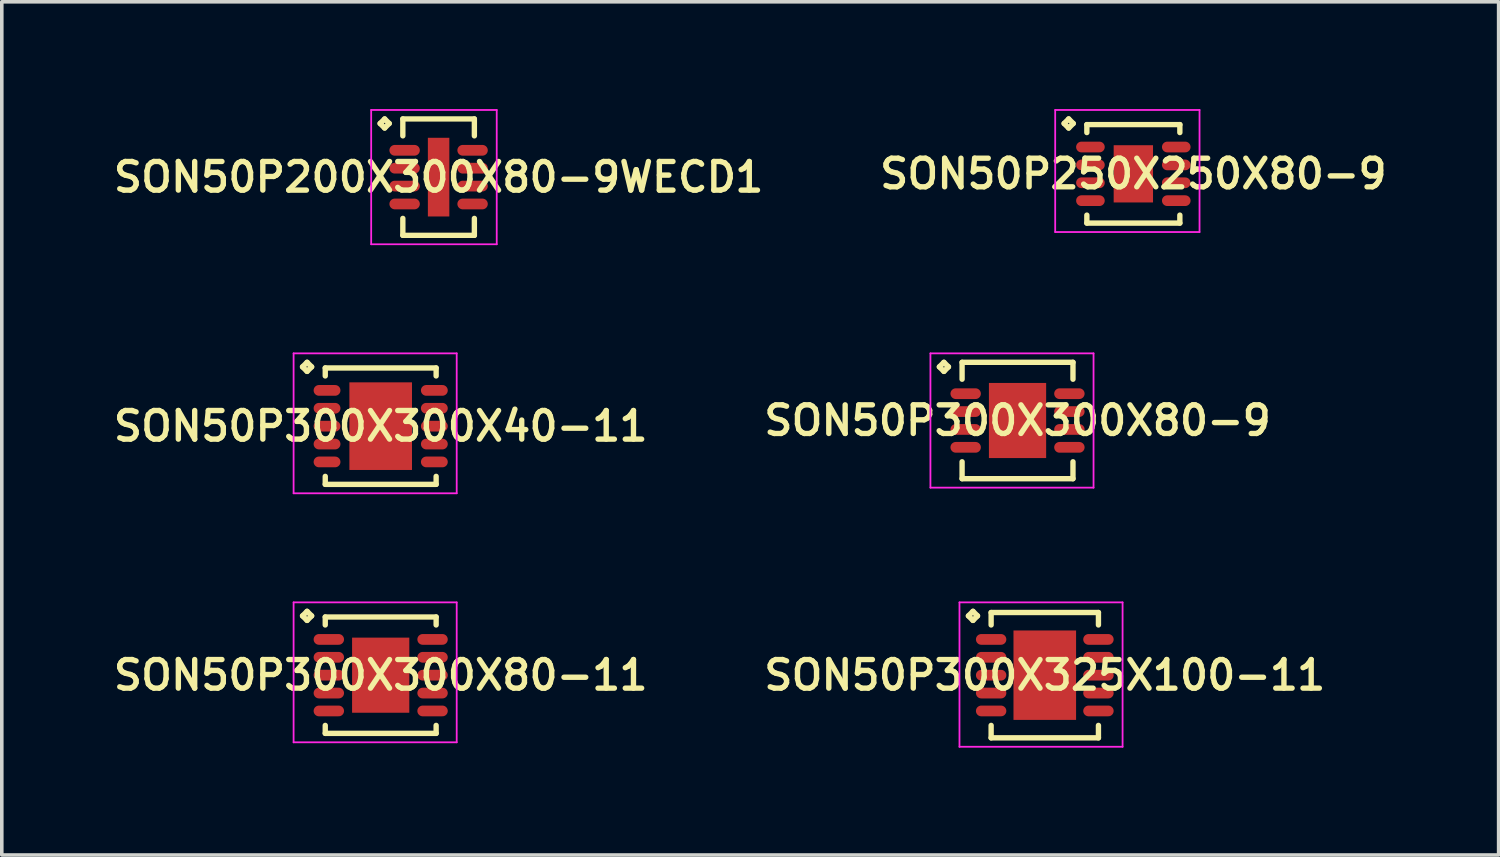
<source format=kicad_pcb>
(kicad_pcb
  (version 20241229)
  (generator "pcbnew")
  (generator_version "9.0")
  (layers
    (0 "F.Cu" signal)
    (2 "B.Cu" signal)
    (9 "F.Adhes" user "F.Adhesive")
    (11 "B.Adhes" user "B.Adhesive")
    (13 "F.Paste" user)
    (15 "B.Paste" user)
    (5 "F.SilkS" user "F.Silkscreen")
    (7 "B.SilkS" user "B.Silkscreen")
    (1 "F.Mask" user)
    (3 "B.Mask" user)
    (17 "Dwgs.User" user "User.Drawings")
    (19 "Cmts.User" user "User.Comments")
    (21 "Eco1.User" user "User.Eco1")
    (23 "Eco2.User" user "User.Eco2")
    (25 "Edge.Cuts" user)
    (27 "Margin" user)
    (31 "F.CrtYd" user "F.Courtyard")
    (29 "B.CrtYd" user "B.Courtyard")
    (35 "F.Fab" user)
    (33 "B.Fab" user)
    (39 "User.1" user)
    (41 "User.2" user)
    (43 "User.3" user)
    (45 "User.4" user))
  (footprint "SON50P250X250X80-9"
    (layer "F.Cu")
    (at 28.635 1.81)
    (property "Reference" "SON50P250X250X80-9" (at 0 0 0) (layer "F.SilkS") (effects (font (size 0.8 0.8) (thickness 0.15))))
    (attr smd)
    (fp_line (start -1.935 -1.408) (end -1.808 -1.535) (stroke (width 0.15) (type solid)) (layer "F.SilkS"))
    (fp_line (start -1.808 -1.535) (end -1.681 -1.408) (stroke (width 0.15) (type solid)) (layer "F.SilkS"))
    (fp_line (start -1.808 -1.281) (end -1.935 -1.408) (stroke (width 0.15) (type solid)) (layer "F.SilkS"))
    (fp_line (start -1.681 -1.408) (end -1.808 -1.281) (stroke (width 0.15) (type solid)) (layer "F.SilkS"))
    (fp_line (start -1.3 -1.377) (end 1.3 -1.377) (stroke (width 0.15) (type solid)) (layer "F.SilkS"))
    (fp_line (start -1.3 -1.154) (end -1.3 -1.377) (stroke (width 0.15) (type solid)) (layer "F.SilkS"))
    (fp_line (start -1.3 1.154) (end -1.3 1.377) (stroke (width 0.15) (type solid)) (layer "F.SilkS"))
    (fp_line (start -1.3 1.377) (end 1.3 1.377) (stroke (width 0.15) (type solid)) (layer "F.SilkS"))
    (fp_line (start 1.3 -1.377) (end 1.3 -1.154) (stroke (width 0.15) (type solid)) (layer "F.SilkS"))
    (fp_line (start 1.3 1.377) (end 1.3 1.154) (stroke (width 0.15) (type solid)) (layer "F.SilkS"))
    (fp_line (start -2.185 -1.785) (end 1.85 -1.785) (stroke (width 0.05) (type solid)) (layer "F.CrtYd"))
    (fp_line (start -2.185 1.627) (end -2.185 -1.785) (stroke (width 0.05) (type solid)) (layer "F.CrtYd"))
    (fp_line (start 1.85 -1.785) (end 1.85 1.627) (stroke (width 0.05) (type solid)) (layer "F.CrtYd"))
    (fp_line (start 1.85 1.627) (end -2.185 1.627) (stroke (width 0.05) (type solid)) (layer "F.CrtYd"))
    (pad "1" smd oval (at -1.2 -0.75) (size 0.8 0.3) (layers "F.Cu" "F.Mask" "F.Paste"))
    (pad "2" smd oval (at -1.2 -0.25) (size 0.8 0.3) (layers "F.Cu" "F.Mask" "F.Paste"))
    (pad "3" smd oval (at -1.2 0.25) (size 0.8 0.3) (layers "F.Cu" "F.Mask" "F.Paste"))
    (pad "4" smd oval (at -1.2 0.75) (size 0.8 0.3) (layers "F.Cu" "F.Mask" "F.Paste"))
    (pad "5" smd oval (at 1.2 0.75) (size 0.8 0.3) (layers "F.Cu" "F.Mask" "F.Paste"))
    (pad "6" smd oval (at 1.2 0.25) (size 0.8 0.3) (layers "F.Cu" "F.Mask" "F.Paste"))
    (pad "7" smd oval (at 1.2 -0.25) (size 0.8 0.3) (layers "F.Cu" "F.Mask" "F.Paste"))
    (pad "8" smd oval (at 1.2 -0.75) (size 0.8 0.3) (layers "F.Cu" "F.Mask" "F.Paste"))
    (pad "9" smd rect (at 0 0) (size 1.1 1.6) (layers "F.Cu" "F.Mask" "F.Paste")))
  (footprint "SON50P300X300X80-11"
    (layer "F.Cu")
    (at 7.593 15.826)
    (property "Reference" "SON50P300X300X80-11" (at 0 0 0) (layer "F.SilkS") (effects (font (size 0.8 0.8) (thickness 0.15))))
    (attr smd)
    (fp_line (start -2.185 -1.658) (end -2.058 -1.785) (stroke (width 0.15) (type solid)) (layer "F.SilkS"))
    (fp_line (start -2.058 -1.785) (end -1.931 -1.658) (stroke (width 0.15) (type solid)) (layer "F.SilkS"))
    (fp_line (start -2.058 -1.531) (end -2.185 -1.658) (stroke (width 0.15) (type solid)) (layer "F.SilkS"))
    (fp_line (start -1.931 -1.658) (end -2.058 -1.531) (stroke (width 0.15) (type solid)) (layer "F.SilkS"))
    (fp_line (start -1.55 -1.627) (end 1.55 -1.627) (stroke (width 0.15) (type solid)) (layer "F.SilkS"))
    (fp_line (start -1.55 -1.404) (end -1.55 -1.627) (stroke (width 0.15) (type solid)) (layer "F.SilkS"))
    (fp_line (start -1.55 1.404) (end -1.55 1.627) (stroke (width 0.15) (type solid)) (layer "F.SilkS"))
    (fp_line (start -1.55 1.627) (end 1.55 1.627) (stroke (width 0.15) (type solid)) (layer "F.SilkS"))
    (fp_line (start 1.55 -1.627) (end 1.55 -1.404) (stroke (width 0.15) (type solid)) (layer "F.SilkS"))
    (fp_line (start 1.55 1.627) (end 1.55 1.404) (stroke (width 0.15) (type solid)) (layer "F.SilkS"))
    (fp_line (start -2.435 -2.035) (end 2.125 -2.035) (stroke (width 0.05) (type solid)) (layer "F.CrtYd"))
    (fp_line (start -2.435 1.877) (end -2.435 -2.035) (stroke (width 0.05) (type solid)) (layer "F.CrtYd"))
    (fp_line (start 2.125 -2.035) (end 2.125 1.877) (stroke (width 0.05) (type solid)) (layer "F.CrtYd"))
    (fp_line (start 2.125 1.877) (end -2.435 1.877) (stroke (width 0.05) (type solid)) (layer "F.CrtYd"))
    (pad "1" smd oval (at -1.45 -1) (size 0.85 0.3) (layers "F.Cu" "F.Mask" "F.Paste"))
    (pad "2" smd oval (at -1.45 -0.5) (size 0.85 0.3) (layers "F.Cu" "F.Mask" "F.Paste"))
    (pad "3" smd oval (at -1.45 0) (size 0.85 0.3) (layers "F.Cu" "F.Mask" "F.Paste"))
    (pad "4" smd oval (at -1.45 0.5) (size 0.85 0.3) (layers "F.Cu" "F.Mask" "F.Paste"))
    (pad "5" smd oval (at -1.45 1) (size 0.85 0.3) (layers "F.Cu" "F.Mask" "F.Paste"))
    (pad "6" smd oval (at 1.45 1) (size 0.85 0.3) (layers "F.Cu" "F.Mask" "F.Paste"))
    (pad "7" smd oval (at 1.45 0.5) (size 0.85 0.3) (layers "F.Cu" "F.Mask" "F.Paste"))
    (pad "8" smd oval (at 1.45 0) (size 0.85 0.3) (layers "F.Cu" "F.Mask" "F.Paste"))
    (pad "9" smd oval (at 1.45 -0.5) (size 0.85 0.3) (layers "F.Cu" "F.Mask" "F.Paste"))
    (pad "10" smd oval (at 1.45 -1) (size 0.85 0.3) (layers "F.Cu" "F.Mask" "F.Paste"))
    (pad "11" smd rect (at 0 0) (size 1.6 2.1) (layers "F.Cu" "F.Mask" "F.Paste")))
  (footprint "SON50P300X325X100-11"
    (layer "F.Cu")
    (at 26.159 15.826)
    (property "Reference" "SON50P300X325X100-11" (at 0 0 0) (layer "F.SilkS") (effects (font (size 0.8 0.8) (thickness 0.15))))
    (attr smd)
    (fp_line (start -2.135 -1.658) (end -2.008 -1.785) (stroke (width 0.15) (type solid)) (layer "F.SilkS"))
    (fp_line (start -2.008 -1.785) (end -1.881 -1.658) (stroke (width 0.15) (type solid)) (layer "F.SilkS"))
    (fp_line (start -2.008 -1.531) (end -2.135 -1.658) (stroke (width 0.15) (type solid)) (layer "F.SilkS"))
    (fp_line (start -1.881 -1.658) (end -2.008 -1.531) (stroke (width 0.15) (type solid)) (layer "F.SilkS"))
    (fp_line (start -1.5 -1.752) (end 1.5 -1.752) (stroke (width 0.15) (type solid)) (layer "F.SilkS"))
    (fp_line (start -1.5 -1.404) (end -1.5 -1.752) (stroke (width 0.15) (type solid)) (layer "F.SilkS"))
    (fp_line (start -1.5 1.404) (end -1.5 1.752) (stroke (width 0.15) (type solid)) (layer "F.SilkS"))
    (fp_line (start -1.5 1.752) (end 1.5 1.752) (stroke (width 0.15) (type solid)) (layer "F.SilkS"))
    (fp_line (start 1.5 -1.752) (end 1.5 -1.404) (stroke (width 0.15) (type solid)) (layer "F.SilkS"))
    (fp_line (start 1.5 1.752) (end 1.5 1.404) (stroke (width 0.15) (type solid)) (layer "F.SilkS"))
    (fp_line (start -2.385 -2.035) (end 2.175 -2.035) (stroke (width 0.05) (type solid)) (layer "F.CrtYd"))
    (fp_line (start -2.385 2.002) (end -2.385 -2.035) (stroke (width 0.05) (type solid)) (layer "F.CrtYd"))
    (fp_line (start 2.175 -2.035) (end 2.175 2.002) (stroke (width 0.05) (type solid)) (layer "F.CrtYd"))
    (fp_line (start 2.175 2.002) (end -2.385 2.002) (stroke (width 0.05) (type solid)) (layer "F.CrtYd"))
    (pad "1" smd oval (at -1.5 -1) (size 0.85 0.3) (layers "F.Cu" "F.Mask" "F.Paste"))
    (pad "2" smd oval (at -1.5 -0.5) (size 0.85 0.3) (layers "F.Cu" "F.Mask" "F.Paste"))
    (pad "3" smd oval (at -1.5 0) (size 0.85 0.3) (layers "F.Cu" "F.Mask" "F.Paste"))
    (pad "4" smd oval (at -1.5 0.5) (size 0.85 0.3) (layers "F.Cu" "F.Mask" "F.Paste"))
    (pad "5" smd oval (at -1.5 1) (size 0.85 0.3) (layers "F.Cu" "F.Mask" "F.Paste"))
    (pad "6" smd oval (at 1.5 1) (size 0.85 0.3) (layers "F.Cu" "F.Mask" "F.Paste"))
    (pad "7" smd oval (at 1.5 0.5) (size 0.85 0.3) (layers "F.Cu" "F.Mask" "F.Paste"))
    (pad "8" smd oval (at 1.5 0) (size 0.85 0.3) (layers "F.Cu" "F.Mask" "F.Paste"))
    (pad "9" smd oval (at 1.5 -0.5) (size 0.85 0.3) (layers "F.Cu" "F.Mask" "F.Paste"))
    (pad "10" smd oval (at 1.5 -1) (size 0.85 0.3) (layers "F.Cu" "F.Mask" "F.Paste"))
    (pad "11" smd rect (at 0 0) (size 1.75 2.5) (layers "F.Cu" "F.Mask" "F.Paste")))
  (footprint "SON50P300X300X80-9"
    (layer "F.Cu")
    (at 25.397 8.706)
    (property "Reference" "SON50P300X300X80-9" (at 0 0 0) (layer "F.SilkS") (effects (font (size 0.8 0.8) (thickness 0.15))))
    (attr smd)
    (fp_line (start -2.185 -1.5) (end -2.058 -1.627) (stroke (width 0.15) (type solid)) (layer "F.SilkS"))
    (fp_line (start -2.058 -1.627) (end -1.931 -1.5) (stroke (width 0.15) (type solid)) (layer "F.SilkS"))
    (fp_line (start -2.058 -1.373) (end -2.185 -1.5) (stroke (width 0.15) (type solid)) (layer "F.SilkS"))
    (fp_line (start -1.931 -1.5) (end -2.058 -1.373) (stroke (width 0.15) (type solid)) (layer "F.SilkS"))
    (fp_line (start -1.55 -1.627) (end 1.55 -1.627) (stroke (width 0.15) (type solid)) (layer "F.SilkS"))
    (fp_line (start -1.55 -1.154) (end -1.55 -1.627) (stroke (width 0.15) (type solid)) (layer "F.SilkS"))
    (fp_line (start -1.55 1.154) (end -1.55 1.627) (stroke (width 0.15) (type solid)) (layer "F.SilkS"))
    (fp_line (start -1.55 1.627) (end 1.55 1.627) (stroke (width 0.15) (type solid)) (layer "F.SilkS"))
    (fp_line (start 1.55 -1.627) (end 1.55 -1.154) (stroke (width 0.15) (type solid)) (layer "F.SilkS"))
    (fp_line (start 1.55 1.627) (end 1.55 1.154) (stroke (width 0.15) (type solid)) (layer "F.SilkS"))
    (fp_line (start -2.435 -1.877) (end 2.125 -1.877) (stroke (width 0.05) (type solid)) (layer "F.CrtYd"))
    (fp_line (start -2.435 1.877) (end -2.435 -1.877) (stroke (width 0.05) (type solid)) (layer "F.CrtYd"))
    (fp_line (start 2.125 -1.877) (end 2.125 1.877) (stroke (width 0.05) (type solid)) (layer "F.CrtYd"))
    (fp_line (start 2.125 1.877) (end -2.435 1.877) (stroke (width 0.05) (type solid)) (layer "F.CrtYd"))
    (pad "1" smd oval (at -1.45 -0.75) (size 0.85 0.3) (layers "F.Cu" "F.Mask" "F.Paste"))
    (pad "2" smd oval (at -1.45 -0.25) (size 0.85 0.3) (layers "F.Cu" "F.Mask" "F.Paste"))
    (pad "3" smd oval (at -1.45 0.25) (size 0.85 0.3) (layers "F.Cu" "F.Mask" "F.Paste"))
    (pad "4" smd oval (at -1.45 0.75) (size 0.85 0.3) (layers "F.Cu" "F.Mask" "F.Paste"))
    (pad "5" smd oval (at 1.45 0.75) (size 0.85 0.3) (layers "F.Cu" "F.Mask" "F.Paste"))
    (pad "6" smd oval (at 1.45 0.25) (size 0.85 0.3) (layers "F.Cu" "F.Mask" "F.Paste"))
    (pad "7" smd oval (at 1.45 -0.25) (size 0.85 0.3) (layers "F.Cu" "F.Mask" "F.Paste"))
    (pad "8" smd oval (at 1.45 -0.75) (size 0.85 0.3) (layers "F.Cu" "F.Mask" "F.Paste"))
    (pad "9" smd rect (at 0 0) (size 1.6 2.1) (layers "F.Cu" "F.Mask" "F.Paste")))
  (footprint "SON50P200X300X80-9WECD1"
    (layer "F.Cu")
    (at 9.212 1.902)
    (property "Reference" "SON50P200X300X80-9WECD1" (at 0 0 0) (layer "F.SilkS") (effects (font (size 0.8 0.8) (thickness 0.15))))
    (attr smd)
    (fp_line (start -1.635 -1.5) (end -1.508 -1.627) (stroke (width 0.15) (type solid)) (layer "F.SilkS"))
    (fp_line (start -1.508 -1.627) (end -1.381 -1.5) (stroke (width 0.15) (type solid)) (layer "F.SilkS"))
    (fp_line (start -1.508 -1.373) (end -1.635 -1.5) (stroke (width 0.15) (type solid)) (layer "F.SilkS"))
    (fp_line (start -1.381 -1.5) (end -1.508 -1.373) (stroke (width 0.15) (type solid)) (layer "F.SilkS"))
    (fp_line (start -1 -1.627) (end 1 -1.627) (stroke (width 0.15) (type solid)) (layer "F.SilkS"))
    (fp_line (start -1 -1.154) (end -1 -1.627) (stroke (width 0.15) (type solid)) (layer "F.SilkS"))
    (fp_line (start -1 1.154) (end -1 1.627) (stroke (width 0.15) (type solid)) (layer "F.SilkS"))
    (fp_line (start -1 1.627) (end 1 1.627) (stroke (width 0.15) (type solid)) (layer "F.SilkS"))
    (fp_line (start 1 -1.627) (end 1 -1.154) (stroke (width 0.15) (type solid)) (layer "F.SilkS"))
    (fp_line (start 1 1.627) (end 1 1.154) (stroke (width 0.15) (type solid)) (layer "F.SilkS"))
    (fp_line (start -1.885 -1.877) (end 1.625 -1.877) (stroke (width 0.05) (type solid)) (layer "F.CrtYd"))
    (fp_line (start -1.885 1.877) (end -1.885 -1.877) (stroke (width 0.05) (type solid)) (layer "F.CrtYd"))
    (fp_line (start 1.625 -1.877) (end 1.625 1.877) (stroke (width 0.05) (type solid)) (layer "F.CrtYd"))
    (fp_line (start 1.625 1.877) (end -1.885 1.877) (stroke (width 0.05) (type solid)) (layer "F.CrtYd"))
    (pad "1" smd oval (at -0.95 -0.75) (size 0.85 0.3) (layers "F.Cu" "F.Mask" "F.Paste"))
    (pad "2" smd oval (at -0.95 -0.25) (size 0.85 0.3) (layers "F.Cu" "F.Mask" "F.Paste"))
    (pad "3" smd oval (at -0.95 0.25) (size 0.85 0.3) (layers "F.Cu" "F.Mask" "F.Paste"))
    (pad "4" smd oval (at -0.95 0.75) (size 0.85 0.3) (layers "F.Cu" "F.Mask" "F.Paste"))
    (pad "5" smd oval (at 0.95 0.75) (size 0.85 0.3) (layers "F.Cu" "F.Mask" "F.Paste"))
    (pad "6" smd oval (at 0.95 0.25) (size 0.85 0.3) (layers "F.Cu" "F.Mask" "F.Paste"))
    (pad "7" smd oval (at 0.95 -0.25) (size 0.85 0.3) (layers "F.Cu" "F.Mask" "F.Paste"))
    (pad "8" smd oval (at 0.95 -0.75) (size 0.85 0.3) (layers "F.Cu" "F.Mask" "F.Paste"))
    (pad "9" smd rect (at 0 0) (size 0.6 2.2) (layers "F.Cu" "F.Mask" "F.Paste")))
  (footprint "SON50P300X300X40-11"
    (layer "F.Cu")
    (at 7.593 8.864)
    (property "Reference" "SON50P300X300X40-11" (at 0 0 0) (layer "F.SilkS") (effects (font (size 0.8 0.8) (thickness 0.15))))
    (attr smd)
    (fp_line (start -2.185 -1.658) (end -2.058 -1.785) (stroke (width 0.15) (type solid)) (layer "F.SilkS"))
    (fp_line (start -2.058 -1.785) (end -1.931 -1.658) (stroke (width 0.15) (type solid)) (layer "F.SilkS"))
    (fp_line (start -2.058 -1.531) (end -2.185 -1.658) (stroke (width 0.15) (type solid)) (layer "F.SilkS"))
    (fp_line (start -1.931 -1.658) (end -2.058 -1.531) (stroke (width 0.15) (type solid)) (layer "F.SilkS"))
    (fp_line (start -1.55 -1.627) (end 1.55 -1.627) (stroke (width 0.15) (type solid)) (layer "F.SilkS"))
    (fp_line (start -1.55 -1.404) (end -1.55 -1.627) (stroke (width 0.15) (type solid)) (layer "F.SilkS"))
    (fp_line (start -1.55 1.404) (end -1.55 1.627) (stroke (width 0.15) (type solid)) (layer "F.SilkS"))
    (fp_line (start -1.55 1.627) (end 1.55 1.627) (stroke (width 0.15) (type solid)) (layer "F.SilkS"))
    (fp_line (start 1.55 -1.627) (end 1.55 -1.404) (stroke (width 0.15) (type solid)) (layer "F.SilkS"))
    (fp_line (start 1.55 1.627) (end 1.55 1.404) (stroke (width 0.15) (type solid)) (layer "F.SilkS"))
    (fp_line (start -2.435 -2.035) (end 2.125 -2.035) (stroke (width 0.05) (type solid)) (layer "F.CrtYd"))
    (fp_line (start -2.435 1.877) (end -2.435 -2.035) (stroke (width 0.05) (type solid)) (layer "F.CrtYd"))
    (fp_line (start 2.125 -2.035) (end 2.125 1.877) (stroke (width 0.05) (type solid)) (layer "F.CrtYd"))
    (fp_line (start 2.125 1.877) (end -2.435 1.877) (stroke (width 0.05) (type solid)) (layer "F.CrtYd"))
    (pad "1" smd oval (at -1.5 -1) (size 0.75 0.3) (layers "F.Cu" "F.Mask" "F.Paste"))
    (pad "2" smd oval (at -1.5 -0.5) (size 0.75 0.3) (layers "F.Cu" "F.Mask" "F.Paste"))
    (pad "3" smd oval (at -1.5 0) (size 0.75 0.3) (layers "F.Cu" "F.Mask" "F.Paste"))
    (pad "4" smd oval (at -1.5 0.5) (size 0.75 0.3) (layers "F.Cu" "F.Mask" "F.Paste"))
    (pad "5" smd oval (at -1.5 1) (size 0.75 0.3) (layers "F.Cu" "F.Mask" "F.Paste"))
    (pad "6" smd oval (at 1.5 1) (size 0.75 0.3) (layers "F.Cu" "F.Mask" "F.Paste"))
    (pad "7" smd oval (at 1.5 0.5) (size 0.75 0.3) (layers "F.Cu" "F.Mask" "F.Paste"))
    (pad "8" smd oval (at 1.5 0) (size 0.75 0.3) (layers "F.Cu" "F.Mask" "F.Paste"))
    (pad "9" smd oval (at 1.5 -0.5) (size 0.75 0.3) (layers "F.Cu" "F.Mask" "F.Paste"))
    (pad "10" smd oval (at 1.5 -1) (size 0.75 0.3) (layers "F.Cu" "F.Mask" "F.Paste"))
    (pad "11" smd rect (at 0 0) (size 1.75 2.45) (layers "F.Cu" "F.Mask" "F.Paste")))
  (gr_rect
    (start -3 -3)
    (end 38.847 20.853)
    (stroke (width 0.1) (type default))
    (fill no)
    (layer "Edge.Cuts")))
</source>
